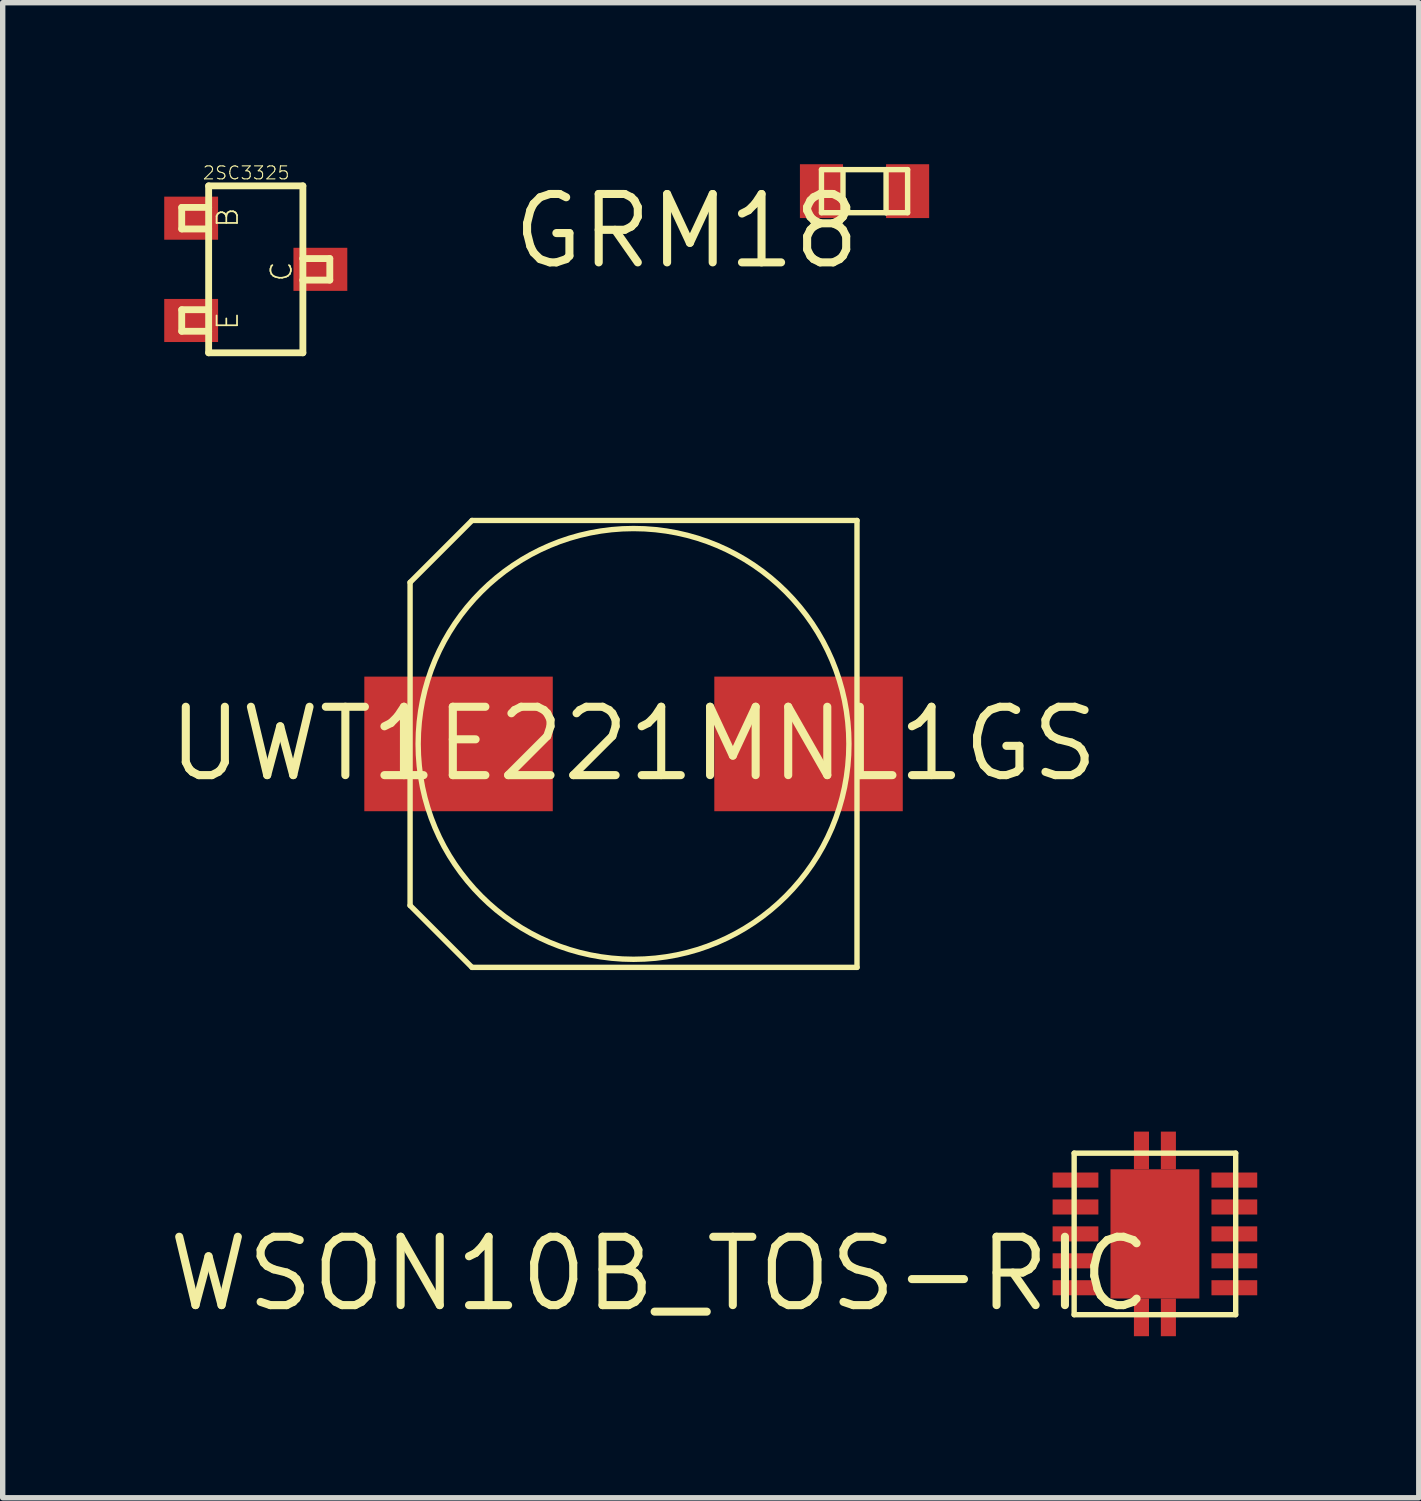
<source format=kicad_pcb>
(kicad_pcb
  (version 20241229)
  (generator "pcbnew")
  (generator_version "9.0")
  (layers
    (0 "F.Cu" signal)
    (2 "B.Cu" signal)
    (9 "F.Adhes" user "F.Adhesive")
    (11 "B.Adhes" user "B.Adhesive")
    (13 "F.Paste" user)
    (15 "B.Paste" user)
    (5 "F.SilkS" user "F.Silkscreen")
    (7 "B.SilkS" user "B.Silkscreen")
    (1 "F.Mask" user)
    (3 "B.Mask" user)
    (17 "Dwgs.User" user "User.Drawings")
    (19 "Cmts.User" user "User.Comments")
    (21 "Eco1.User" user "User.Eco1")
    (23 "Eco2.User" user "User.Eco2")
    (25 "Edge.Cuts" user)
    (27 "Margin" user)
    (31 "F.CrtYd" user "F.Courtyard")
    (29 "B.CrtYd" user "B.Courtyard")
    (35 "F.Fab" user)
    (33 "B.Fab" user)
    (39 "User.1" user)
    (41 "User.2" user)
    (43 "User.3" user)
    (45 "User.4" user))
  (footprint "GRM18"
    (layer "F.Cu")
    (at 13.006 0.5)
    (property "Reference" "GRM18" (at 0 0 0) (layer "F.SilkS") (effects (font (size 1.27 1.27) (thickness 0.15)) (justify right top)))
    (attr through_hole)
    (fp_line (start -0.8 -0.4) (end -0.8 0.4) (stroke (width 0.1) (type solid)) (layer "F.SilkS"))
    (fp_line (start -0.8 0.4) (end -0.4 0.4) (stroke (width 0.1) (type solid)) (layer "F.SilkS"))
    (fp_line (start -0.4 -0.4) (end -0.8 -0.4) (stroke (width 0.1) (type solid)) (layer "F.SilkS"))
    (fp_line (start -0.4 -0.4) (end -0.4 0.4) (stroke (width 0.1) (type solid)) (layer "F.SilkS"))
    (fp_line (start -0.4 0.4) (end 0.4 0.4) (stroke (width 0.1) (type solid)) (layer "F.SilkS"))
    (fp_line (start 0.4 -0.4) (end -0.4 -0.4) (stroke (width 0.1) (type solid)) (layer "F.SilkS"))
    (fp_line (start 0.4 -0.4) (end 0.4 0.4) (stroke (width 0.1) (type solid)) (layer "F.SilkS"))
    (fp_line (start 0.4 0.4) (end 0.8 0.4) (stroke (width 0.1) (type solid)) (layer "F.SilkS"))
    (fp_line (start 0.8 -0.4) (end 0.4 -0.4) (stroke (width 0.1) (type solid)) (layer "F.SilkS"))
    (fp_line (start 0.8 0.4) (end 0.8 -0.4) (stroke (width 0.1) (type solid)) (layer "F.SilkS"))
    (pad "L" smd rect (at -0.8 0) (size 0.8 1) (layers "F.Cu" "F.Mask" "F.Paste"))
    (pad "R" smd rect (at 0.8 0) (size 0.8 1) (layers "F.Cu" "F.Mask" "F.Paste")))
  (footprint "2SC3325"
    (layer "F.Cu")
    (at 0.5 2.902)
    (property "Reference" "2SC3325" (at 0.2 -2.6 0) (layer "F.SilkS") (effects (font (size 0.241 0.241) (thickness 0.02)) (justify left bottom)))
    (attr through_hole)
    (fp_line (start -0.175 -2.1) (end -0.175 -1.7) (stroke (width 0.127) (type solid)) (layer "F.SilkS"))
    (fp_line (start -0.175 -1.7) (end 0.325 -1.7) (stroke (width 0.127) (type solid)) (layer "F.SilkS"))
    (fp_line (start -0.175 -0.2) (end -0.175 0.2) (stroke (width 0.127) (type solid)) (layer "F.SilkS"))
    (fp_line (start -0.175 0.2) (end 0.325 0.2) (stroke (width 0.127) (type solid)) (layer "F.SilkS"))
    (fp_line (start 0.325 -2.5) (end 0.325 -2.1) (stroke (width 0.127) (type solid)) (layer "F.SilkS"))
    (fp_line (start 0.325 -2.1) (end -0.175 -2.1) (stroke (width 0.127) (type solid)) (layer "F.SilkS"))
    (fp_line (start 0.325 -1.7) (end 0.325 -2.1) (stroke (width 0.127) (type solid)) (layer "F.SilkS"))
    (fp_line (start 0.325 -1.7) (end 0.325 -0.2) (stroke (width 0.127) (type solid)) (layer "F.SilkS"))
    (fp_line (start 0.325 -0.2) (end -0.175 -0.2) (stroke (width 0.127) (type solid)) (layer "F.SilkS"))
    (fp_line (start 0.325 0.2) (end 0.325 -0.2) (stroke (width 0.127) (type solid)) (layer "F.SilkS"))
    (fp_line (start 0.325 0.2) (end 0.325 0.6) (stroke (width 0.127) (type solid)) (layer "F.SilkS"))
    (fp_line (start 0.325 0.6) (end 2.075 0.6) (stroke (width 0.127) (type solid)) (layer "F.SilkS"))
    (fp_line (start 2.075 -2.5) (end 0.325 -2.5) (stroke (width 0.127) (type solid)) (layer "F.SilkS"))
    (fp_line (start 2.075 -1.15) (end 2.075 -2.5) (stroke (width 0.127) (type solid)) (layer "F.SilkS"))
    (fp_line (start 2.075 -1.15) (end 2.075 -0.75) (stroke (width 0.127) (type solid)) (layer "F.SilkS"))
    (fp_line (start 2.075 -0.75) (end 2.575 -0.75) (stroke (width 0.127) (type solid)) (layer "F.SilkS"))
    (fp_line (start 2.075 0.6) (end 2.075 -0.75) (stroke (width 0.127) (type solid)) (layer "F.SilkS"))
    (fp_line (start 2.575 -1.15) (end 2.075 -1.15) (stroke (width 0.127) (type solid)) (layer "F.SilkS"))
    (fp_line (start 2.575 -0.75) (end 2.575 -1.15) (stroke (width 0.127) (type solid)) (layer "F.SilkS"))
    (fp_text user "C" (at 1.9 -0.7 90) (layer "F.SilkS") (effects (font (size 0.38 0.38) (thickness 0.032)) (justify left bottom)))
    (fp_text user "E" (at 0.9 0.2 90) (layer "F.SilkS") (effects (font (size 0.38 0.38) (thickness 0.032)) (justify left bottom)))
    (fp_text user "B" (at 0.9 -1.7 90) (layer "F.SilkS") (effects (font (size 0.38 0.38) (thickness 0.032)) (justify left bottom)))
    (pad "B" smd rect (at 0 -1.9) (size 1 0.8) (layers "F.Cu" "F.Mask" "F.Paste"))
    (pad "C" smd rect (at 2.4 -0.95) (size 1 0.8) (layers "F.Cu" "F.Mask" "F.Paste"))
    (pad "E" smd rect (at 0 0) (size 1 0.8) (layers "F.Cu" "F.Mask" "F.Paste")))
  (footprint "UWT1E221MNL1GS"
    (layer "F.Cu")
    (at 8.716 10.766)
    (property "Reference" "UWT1E221MNL1GS" (at 0 0 0) (layer "F.SilkS") (effects (font (size 1.27 1.27) (thickness 0.15))))
    (attr through_hole)
    (fp_line (start -4.15 -3) (end -4.15 3) (stroke (width 0.1) (type solid)) (layer "F.SilkS"))
    (fp_line (start -4.15 3) (end -3 4.15) (stroke (width 0.1) (type solid)) (layer "F.SilkS"))
    (fp_line (start -3 -4.15) (end -4.15 -3) (stroke (width 0.1) (type solid)) (layer "F.SilkS"))
    (fp_line (start -3 4.15) (end 4.15 4.15) (stroke (width 0.1) (type solid)) (layer "F.SilkS"))
    (fp_line (start 4.15 -4.15) (end -3 -4.15) (stroke (width 0.1) (type solid)) (layer "F.SilkS"))
    (fp_line (start 4.15 4.15) (end 4.15 -4.15) (stroke (width 0.1) (type solid)) (layer "F.SilkS"))
    (fp_circle (center 0 0) (end 4 0) (stroke (width 0.1) (type solid)) (fill no) (layer "F.SilkS"))
    (pad "A" smd rect (at -3.25 0) (size 3.5 2.5) (layers "F.Cu" "F.Mask" "F.Paste"))
    (pad "C" smd rect (at 3.25 0) (size 3.5 2.5) (layers "F.Cu" "F.Mask" "F.Paste")))
  (footprint "WSON10B_TOS-RIC"
    (layer "F.Cu")
    (at 18.399 19.866)
    (property "Reference" "WSON10B_TOS-RIC" (at 0 0 0) (layer "F.SilkS") (effects (font (size 1.27 1.27) (thickness 0.15)) (justify right top)))
    (attr through_hole)
    (fp_line (start -1.5 -1.5) (end -1.5 1.5) (stroke (width 0.1) (type solid)) (layer "F.SilkS"))
    (fp_line (start -1.5 1.5) (end 1.5 1.5) (stroke (width 0.1) (type solid)) (layer "F.SilkS"))
    (fp_line (start 1.5 -1.5) (end -1.5 -1.5) (stroke (width 0.1) (type solid)) (layer "F.SilkS"))
    (fp_line (start 1.5 1.5) (end 1.5 -1.5) (stroke (width 0.1) (type solid)) (layer "F.SilkS"))
    (pad "DVDT" smd rect (at -1.475 -1) (size 0.85 0.28) (layers "F.Cu" "F.Mask" "F.Paste"))
    (pad "EFET" smd rect (at 1.475 -0.5) (size 0.85 0.28) (layers "F.Cu" "F.Mask" "F.Paste"))
    (pad "EN/UVLO" smd rect (at -1.475 -0.5) (size 0.85 0.28) (layers "F.Cu" "F.Mask" "F.Paste"))
    (pad "GND1" smd rect (at 0 0) (size 1.65 2.4) (layers "F.Cu" "F.Mask" "F.Paste"))
    (pad "GND2" smd rect (at -0.25 -1.55) (size 0.28 0.7) (layers "F.Cu" "F.Mask" "F.Paste"))
    (pad "GND3" smd rect (at 0.25 -1.55) (size 0.28 0.7) (layers "F.Cu" "F.Mask" "F.Paste"))
    (pad "GND4" smd rect (at -0.25 1.55) (size 0.28 0.7) (layers "F.Cu" "F.Mask" "F.Paste"))
    (pad "GND5" smd rect (at 0.25 1.55) (size 0.28 0.7) (layers "F.Cu" "F.Mask" "F.Paste"))
    (pad "ILIM" smd rect (at 1.475 -1) (size 0.85 0.28) (layers "F.Cu" "F.Mask" "F.Paste"))
    (pad "VIN1" smd rect (at -1.475 0) (size 0.85 0.28) (layers "F.Cu" "F.Mask" "F.Paste"))
    (pad "VIN2" smd rect (at -1.475 0.5) (size 0.85 0.28) (layers "F.Cu" "F.Mask" "F.Paste"))
    (pad "VIN3" smd rect (at -1.475 1) (size 0.85 0.28) (layers "F.Cu" "F.Mask" "F.Paste"))
    (pad "VOUT1" smd rect (at 1.475 0) (size 0.85 0.28) (layers "F.Cu" "F.Mask" "F.Paste"))
    (pad "VOUT2" smd rect (at 1.475 0.5) (size 0.85 0.28) (layers "F.Cu" "F.Mask" "F.Paste"))
    (pad "VOUT3" smd rect (at 1.475 1) (size 0.85 0.28) (layers "F.Cu" "F.Mask" "F.Paste")))
  (gr_rect
    (start -3 -3)
    (end 23.299 24.766)
    (stroke (width 0.1) (type default))
    (fill no)
    (layer "Edge.Cuts")))
</source>
